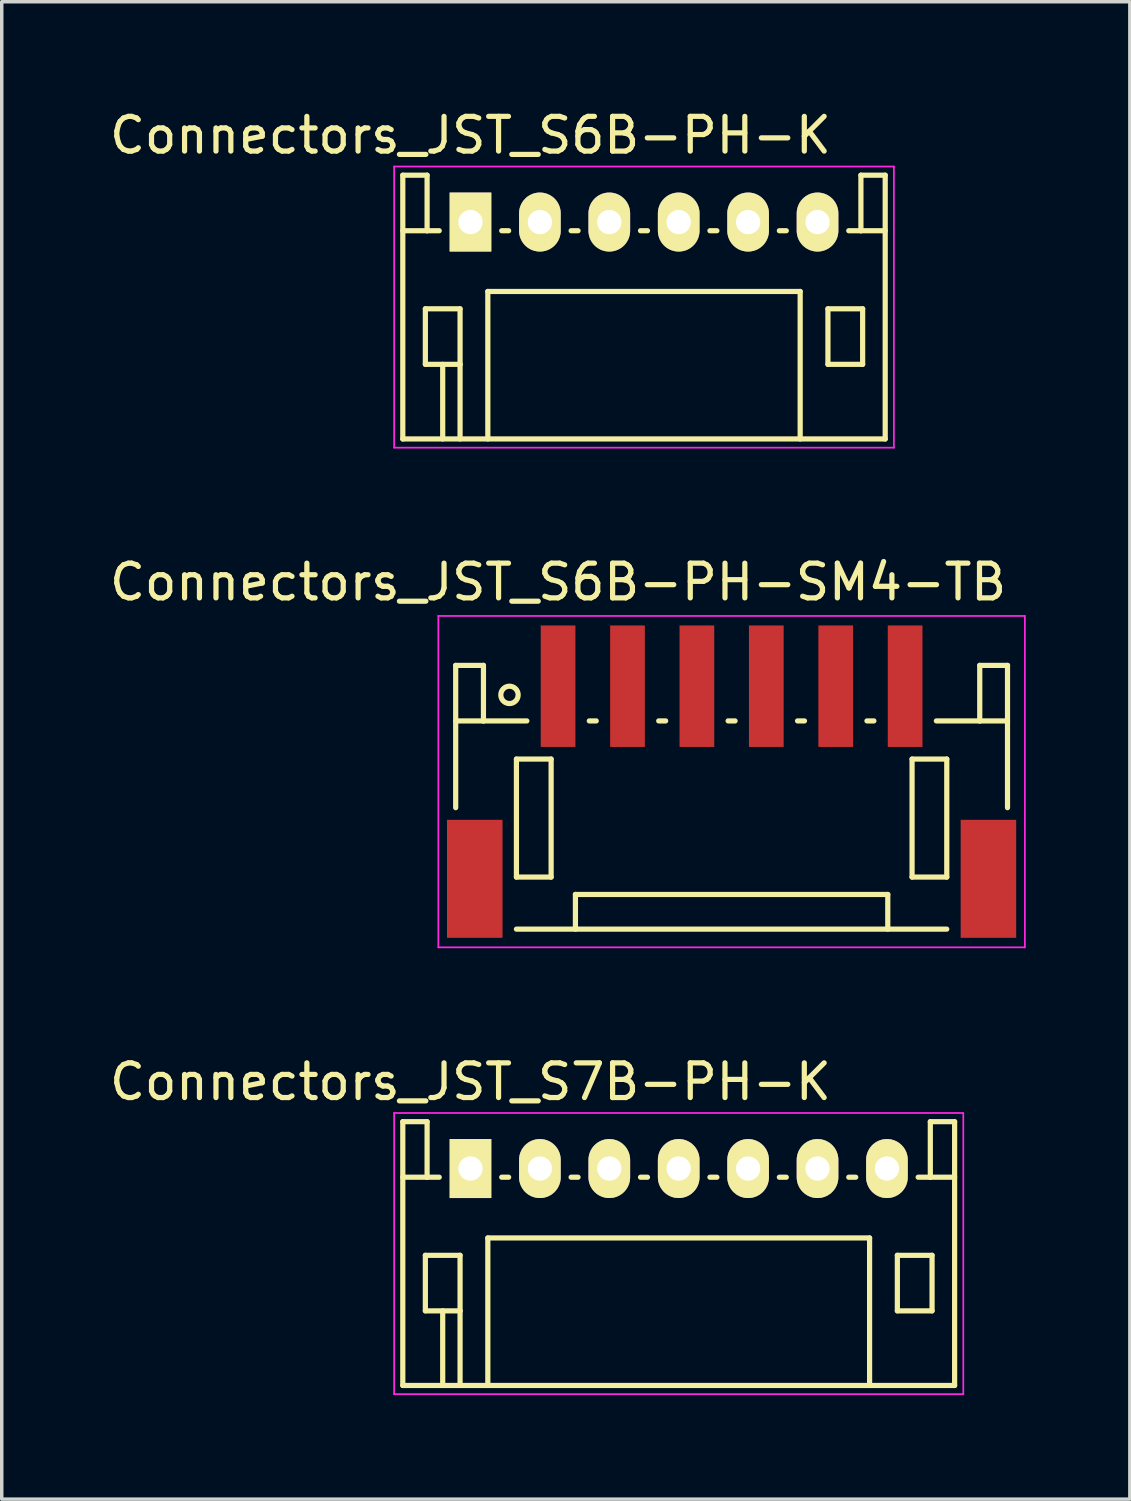
<source format=kicad_pcb>
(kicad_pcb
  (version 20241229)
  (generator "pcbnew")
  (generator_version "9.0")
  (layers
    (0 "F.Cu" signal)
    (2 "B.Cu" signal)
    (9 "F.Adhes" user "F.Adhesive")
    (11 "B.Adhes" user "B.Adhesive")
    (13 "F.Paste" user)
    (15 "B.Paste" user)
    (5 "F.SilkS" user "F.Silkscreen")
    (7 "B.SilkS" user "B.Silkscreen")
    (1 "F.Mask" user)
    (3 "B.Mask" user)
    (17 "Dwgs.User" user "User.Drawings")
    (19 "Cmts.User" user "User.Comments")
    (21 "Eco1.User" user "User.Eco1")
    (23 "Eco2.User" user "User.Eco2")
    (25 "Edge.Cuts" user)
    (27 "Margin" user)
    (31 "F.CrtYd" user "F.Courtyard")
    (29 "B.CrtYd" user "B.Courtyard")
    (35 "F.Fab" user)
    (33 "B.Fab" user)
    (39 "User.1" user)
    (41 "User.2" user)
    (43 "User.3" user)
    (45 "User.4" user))
  (footprint "Connectors_JST_S7B-PH-K"
    (layer "F.Cu")
    (at 10.506 30.62)
    (property "Reference" "Connectors_JST_S7B-PH-K" (at 0 -2.5 0) (layer "F.SilkS") (effects (font (size 1 1) (thickness 0.15))))
    (attr through_hole)
    (fp_line (start -1.95 -1.35) (end -1.95 6.25) (stroke (width 0.15) (type solid)) (layer "F.SilkS"))
    (fp_line (start -1.95 0.25) (end -1.25 0.25) (stroke (width 0.15) (type solid)) (layer "F.SilkS"))
    (fp_line (start -1.95 6.25) (end 13.95 6.25) (stroke (width 0.15) (type solid)) (layer "F.SilkS"))
    (fp_line (start -1.3 2.5) (end -1.3 4.1) (stroke (width 0.15) (type solid)) (layer "F.SilkS"))
    (fp_line (start -1.3 4.1) (end -0.3 4.1) (stroke (width 0.15) (type solid)) (layer "F.SilkS"))
    (fp_line (start -1.25 -1.35) (end -1.95 -1.35) (stroke (width 0.15) (type solid)) (layer "F.SilkS"))
    (fp_line (start -1.25 0.25) (end -1.25 -1.35) (stroke (width 0.15) (type solid)) (layer "F.SilkS"))
    (fp_line (start -0.9 0.25) (end -1.25 0.25) (stroke (width 0.15) (type solid)) (layer "F.SilkS"))
    (fp_line (start -0.8 4.1) (end -0.8 6.25) (stroke (width 0.15) (type solid)) (layer "F.SilkS"))
    (fp_line (start -0.3 2.5) (end -1.3 2.5) (stroke (width 0.15) (type solid)) (layer "F.SilkS"))
    (fp_line (start -0.3 4.1) (end -0.3 2.5) (stroke (width 0.15) (type solid)) (layer "F.SilkS"))
    (fp_line (start -0.3 4.1) (end -0.3 6.25) (stroke (width 0.15) (type solid)) (layer "F.SilkS"))
    (fp_line (start 0.5 2) (end 11.5 2) (stroke (width 0.15) (type solid)) (layer "F.SilkS"))
    (fp_line (start 0.5 6.25) (end 0.5 2) (stroke (width 0.15) (type solid)) (layer "F.SilkS"))
    (fp_line (start 0.9 0.25) (end 1.1 0.25) (stroke (width 0.15) (type solid)) (layer "F.SilkS"))
    (fp_line (start 2.9 0.25) (end 3.1 0.25) (stroke (width 0.15) (type solid)) (layer "F.SilkS"))
    (fp_line (start 4.9 0.25) (end 5.1 0.25) (stroke (width 0.15) (type solid)) (layer "F.SilkS"))
    (fp_line (start 6.9 0.25) (end 7.1 0.25) (stroke (width 0.15) (type solid)) (layer "F.SilkS"))
    (fp_line (start 8.9 0.25) (end 9.1 0.25) (stroke (width 0.15) (type solid)) (layer "F.SilkS"))
    (fp_line (start 10.9 0.25) (end 11.1 0.25) (stroke (width 0.15) (type solid)) (layer "F.SilkS"))
    (fp_line (start 11.5 2) (end 11.5 6.25) (stroke (width 0.15) (type solid)) (layer "F.SilkS"))
    (fp_line (start 12.3 2.5) (end 13.3 2.5) (stroke (width 0.15) (type solid)) (layer "F.SilkS"))
    (fp_line (start 12.3 4.1) (end 12.3 2.5) (stroke (width 0.15) (type solid)) (layer "F.SilkS"))
    (fp_line (start 13.25 -1.35) (end 13.25 0.25) (stroke (width 0.15) (type solid)) (layer "F.SilkS"))
    (fp_line (start 13.25 0.25) (end 12.9 0.25) (stroke (width 0.15) (type solid)) (layer "F.SilkS"))
    (fp_line (start 13.3 2.5) (end 13.3 4.1) (stroke (width 0.15) (type solid)) (layer "F.SilkS"))
    (fp_line (start 13.3 4.1) (end 12.3 4.1) (stroke (width 0.15) (type solid)) (layer "F.SilkS"))
    (fp_line (start 13.95 -1.35) (end 13.25 -1.35) (stroke (width 0.15) (type solid)) (layer "F.SilkS"))
    (fp_line (start 13.95 0.25) (end 13.25 0.25) (stroke (width 0.15) (type solid)) (layer "F.SilkS"))
    (fp_line (start 13.95 6.25) (end 13.95 -1.35) (stroke (width 0.15) (type solid)) (layer "F.SilkS"))
    (fp_line (start -2.2 -1.6) (end 14.2 -1.6) (stroke (width 0.05) (type solid)) (layer "F.CrtYd"))
    (fp_line (start -2.2 6.5) (end -2.2 -1.6) (stroke (width 0.05) (type solid)) (layer "F.CrtYd"))
    (fp_line (start 14.2 -1.6) (end 14.2 6.5) (stroke (width 0.05) (type solid)) (layer "F.CrtYd"))
    (fp_line (start 14.2 6.5) (end -2.2 6.5) (stroke (width 0.05) (type solid)) (layer "F.CrtYd"))
    (pad "1" thru_hole rect (at 0 0) (size 1.2 1.7) (drill 0.7) (layers "*.Cu" "*.Mask" "F.SilkS"))
    (pad "2" thru_hole oval (at 2 0) (size 1.2 1.7) (drill 0.7) (layers "*.Cu" "*.Mask" "F.SilkS"))
    (pad "3" thru_hole oval (at 4 0) (size 1.2 1.7) (drill 0.7) (layers "*.Cu" "*.Mask" "F.SilkS"))
    (pad "4" thru_hole oval (at 6 0) (size 1.2 1.7) (drill 0.7) (layers "*.Cu" "*.Mask" "F.SilkS"))
    (pad "5" thru_hole oval (at 8 0) (size 1.2 1.7) (drill 0.7) (layers "*.Cu" "*.Mask" "F.SilkS"))
    (pad "6" thru_hole oval (at 10 0) (size 1.2 1.7) (drill 0.7) (layers "*.Cu" "*.Mask" "F.SilkS"))
    (pad "7" thru_hole oval (at 12 0) (size 1.2 1.7) (drill 0.7) (layers "*.Cu" "*.Mask" "F.SilkS")))
  (footprint "Connectors_JST_S6B-PH-K"
    (layer "F.Cu")
    (at 10.506 3.348)
    (property "Reference" "Connectors_JST_S6B-PH-K" (at 0 -2.5 0) (layer "F.SilkS") (effects (font (size 1 1) (thickness 0.15))))
    (attr through_hole)
    (fp_line (start -1.95 -1.35) (end -1.95 6.25) (stroke (width 0.15) (type solid)) (layer "F.SilkS"))
    (fp_line (start -1.95 0.25) (end -1.25 0.25) (stroke (width 0.15) (type solid)) (layer "F.SilkS"))
    (fp_line (start -1.95 6.25) (end 11.95 6.25) (stroke (width 0.15) (type solid)) (layer "F.SilkS"))
    (fp_line (start -1.3 2.5) (end -1.3 4.1) (stroke (width 0.15) (type solid)) (layer "F.SilkS"))
    (fp_line (start -1.3 4.1) (end -0.3 4.1) (stroke (width 0.15) (type solid)) (layer "F.SilkS"))
    (fp_line (start -1.25 -1.35) (end -1.95 -1.35) (stroke (width 0.15) (type solid)) (layer "F.SilkS"))
    (fp_line (start -1.25 0.25) (end -1.25 -1.35) (stroke (width 0.15) (type solid)) (layer "F.SilkS"))
    (fp_line (start -0.9 0.25) (end -1.25 0.25) (stroke (width 0.15) (type solid)) (layer "F.SilkS"))
    (fp_line (start -0.8 4.1) (end -0.8 6.25) (stroke (width 0.15) (type solid)) (layer "F.SilkS"))
    (fp_line (start -0.3 2.5) (end -1.3 2.5) (stroke (width 0.15) (type solid)) (layer "F.SilkS"))
    (fp_line (start -0.3 4.1) (end -0.3 2.5) (stroke (width 0.15) (type solid)) (layer "F.SilkS"))
    (fp_line (start -0.3 4.1) (end -0.3 6.25) (stroke (width 0.15) (type solid)) (layer "F.SilkS"))
    (fp_line (start 0.5 2) (end 9.5 2) (stroke (width 0.15) (type solid)) (layer "F.SilkS"))
    (fp_line (start 0.5 6.25) (end 0.5 2) (stroke (width 0.15) (type solid)) (layer "F.SilkS"))
    (fp_line (start 0.9 0.25) (end 1.1 0.25) (stroke (width 0.15) (type solid)) (layer "F.SilkS"))
    (fp_line (start 2.9 0.25) (end 3.1 0.25) (stroke (width 0.15) (type solid)) (layer "F.SilkS"))
    (fp_line (start 4.9 0.25) (end 5.1 0.25) (stroke (width 0.15) (type solid)) (layer "F.SilkS"))
    (fp_line (start 6.9 0.25) (end 7.1 0.25) (stroke (width 0.15) (type solid)) (layer "F.SilkS"))
    (fp_line (start 8.9 0.25) (end 9.1 0.25) (stroke (width 0.15) (type solid)) (layer "F.SilkS"))
    (fp_line (start 9.5 2) (end 9.5 6.25) (stroke (width 0.15) (type solid)) (layer "F.SilkS"))
    (fp_line (start 10.3 2.5) (end 11.3 2.5) (stroke (width 0.15) (type solid)) (layer "F.SilkS"))
    (fp_line (start 10.3 4.1) (end 10.3 2.5) (stroke (width 0.15) (type solid)) (layer "F.SilkS"))
    (fp_line (start 11.25 -1.35) (end 11.25 0.25) (stroke (width 0.15) (type solid)) (layer "F.SilkS"))
    (fp_line (start 11.25 0.25) (end 10.9 0.25) (stroke (width 0.15) (type solid)) (layer "F.SilkS"))
    (fp_line (start 11.3 2.5) (end 11.3 4.1) (stroke (width 0.15) (type solid)) (layer "F.SilkS"))
    (fp_line (start 11.3 4.1) (end 10.3 4.1) (stroke (width 0.15) (type solid)) (layer "F.SilkS"))
    (fp_line (start 11.95 -1.35) (end 11.25 -1.35) (stroke (width 0.15) (type solid)) (layer "F.SilkS"))
    (fp_line (start 11.95 0.25) (end 11.25 0.25) (stroke (width 0.15) (type solid)) (layer "F.SilkS"))
    (fp_line (start 11.95 6.25) (end 11.95 -1.35) (stroke (width 0.15) (type solid)) (layer "F.SilkS"))
    (fp_line (start -2.2 -1.6) (end 12.2 -1.6) (stroke (width 0.05) (type solid)) (layer "F.CrtYd"))
    (fp_line (start -2.2 6.5) (end -2.2 -1.6) (stroke (width 0.05) (type solid)) (layer "F.CrtYd"))
    (fp_line (start 12.2 -1.6) (end 12.2 6.5) (stroke (width 0.05) (type solid)) (layer "F.CrtYd"))
    (fp_line (start 12.2 6.5) (end -2.2 6.5) (stroke (width 0.05) (type solid)) (layer "F.CrtYd"))
    (pad "1" thru_hole rect (at 0 0) (size 1.2 1.7) (drill 0.7) (layers "*.Cu" "*.Mask" "F.SilkS"))
    (pad "2" thru_hole oval (at 2 0) (size 1.2 1.7) (drill 0.7) (layers "*.Cu" "*.Mask" "F.SilkS"))
    (pad "3" thru_hole oval (at 4 0) (size 1.2 1.7) (drill 0.7) (layers "*.Cu" "*.Mask" "F.SilkS"))
    (pad "4" thru_hole oval (at 6 0) (size 1.2 1.7) (drill 0.7) (layers "*.Cu" "*.Mask" "F.SilkS"))
    (pad "5" thru_hole oval (at 8 0) (size 1.2 1.7) (drill 0.7) (layers "*.Cu" "*.Mask" "F.SilkS"))
    (pad "6" thru_hole oval (at 10 0) (size 1.2 1.7) (drill 0.7) (layers "*.Cu" "*.Mask" "F.SilkS")))
  (footprint "Connectors_JST_S6B-PH-SM4-TB"
    (layer "F.Cu")
    (at 18.03 19.497)
    (property "Reference" "Connectors_JST_S6B-PH-SM4-TB" (at -5 -5.775 0) (layer "F.SilkS") (effects (font (size 1 1) (thickness 0.15))))
    (attr smd)
    (fp_line (start -7.95 -3.375) (end -7.95 0.725) (stroke (width 0.15) (type solid)) (layer "F.SilkS"))
    (fp_line (start -7.15 -3.375) (end -7.95 -3.375) (stroke (width 0.15) (type solid)) (layer "F.SilkS"))
    (fp_line (start -7.15 -1.775) (end -7.95 -1.775) (stroke (width 0.15) (type solid)) (layer "F.SilkS"))
    (fp_line (start -7.15 -1.775) (end -7.15 -3.375) (stroke (width 0.15) (type solid)) (layer "F.SilkS"))
    (fp_line (start -6.2 -0.675) (end -6.2 2.725) (stroke (width 0.15) (type solid)) (layer "F.SilkS"))
    (fp_line (start -6.2 2.725) (end -5.2 2.725) (stroke (width 0.15) (type solid)) (layer "F.SilkS"))
    (fp_line (start -6.2 4.225) (end 6.2 4.225) (stroke (width 0.15) (type solid)) (layer "F.SilkS"))
    (fp_line (start -5.9 -1.775) (end -7.15 -1.775) (stroke (width 0.15) (type solid)) (layer "F.SilkS"))
    (fp_line (start -5.2 -0.675) (end -6.2 -0.675) (stroke (width 0.15) (type solid)) (layer "F.SilkS"))
    (fp_line (start -5.2 2.725) (end -5.2 -0.675) (stroke (width 0.15) (type solid)) (layer "F.SilkS"))
    (fp_line (start -4.5 3.225) (end 4.5 3.225) (stroke (width 0.15) (type solid)) (layer "F.SilkS"))
    (fp_line (start -4.5 4.225) (end -4.5 3.225) (stroke (width 0.15) (type solid)) (layer "F.SilkS"))
    (fp_line (start -4.1 -1.775) (end -3.9 -1.775) (stroke (width 0.15) (type solid)) (layer "F.SilkS"))
    (fp_line (start -2.1 -1.775) (end -1.9 -1.775) (stroke (width 0.15) (type solid)) (layer "F.SilkS"))
    (fp_line (start -0.1 -1.775) (end 0.1 -1.775) (stroke (width 0.15) (type solid)) (layer "F.SilkS"))
    (fp_line (start 1.9 -1.775) (end 2.1 -1.775) (stroke (width 0.15) (type solid)) (layer "F.SilkS"))
    (fp_line (start 3.9 -1.775) (end 4.1 -1.775) (stroke (width 0.15) (type solid)) (layer "F.SilkS"))
    (fp_line (start 4.5 3.225) (end 4.5 4.225) (stroke (width 0.15) (type solid)) (layer "F.SilkS"))
    (fp_line (start 5.2 -0.675) (end 6.2 -0.675) (stroke (width 0.15) (type solid)) (layer "F.SilkS"))
    (fp_line (start 5.2 2.725) (end 5.2 -0.675) (stroke (width 0.15) (type solid)) (layer "F.SilkS"))
    (fp_line (start 5.9 -1.775) (end 7.15 -1.775) (stroke (width 0.15) (type solid)) (layer "F.SilkS"))
    (fp_line (start 6.2 -0.675) (end 6.2 2.725) (stroke (width 0.15) (type solid)) (layer "F.SilkS"))
    (fp_line (start 6.2 2.725) (end 5.2 2.725) (stroke (width 0.15) (type solid)) (layer "F.SilkS"))
    (fp_line (start 7.15 -3.375) (end 7.95 -3.375) (stroke (width 0.15) (type solid)) (layer "F.SilkS"))
    (fp_line (start 7.15 -1.775) (end 7.15 -3.375) (stroke (width 0.15) (type solid)) (layer "F.SilkS"))
    (fp_line (start 7.15 -1.775) (end 7.95 -1.775) (stroke (width 0.15) (type solid)) (layer "F.SilkS"))
    (fp_line (start 7.95 -3.375) (end 7.95 0.725) (stroke (width 0.15) (type solid)) (layer "F.SilkS"))
    (fp_circle (center -6.4 -2.525) (end -6.15 -2.525) (stroke (width 0.15) (type solid)) (fill no) (layer "F.SilkS"))
    (fp_line (start -8.45 -4.8) (end 8.45 -4.8) (stroke (width 0.05) (type solid)) (layer "F.CrtYd"))
    (fp_line (start -8.45 4.75) (end -8.45 -4.8) (stroke (width 0.05) (type solid)) (layer "F.CrtYd"))
    (fp_line (start 8.45 -4.8) (end 8.45 4.75) (stroke (width 0.05) (type solid)) (layer "F.CrtYd"))
    (fp_line (start 8.45 4.75) (end -8.45 4.75) (stroke (width 0.05) (type solid)) (layer "F.CrtYd"))
    (pad "" smd rect (at -7.4 2.775) (size 1.6 3.4) (layers "F.Cu" "F.Mask" "F.Paste"))
    (pad "" smd rect (at 7.4 2.775) (size 1.6 3.4) (layers "F.Cu" "F.Mask" "F.Paste"))
    (pad "1" smd rect (at -5 -2.775) (size 1 3.5) (layers "F.Cu" "F.Mask" "F.Paste"))
    (pad "2" smd rect (at -3 -2.775) (size 1 3.5) (layers "F.Cu" "F.Mask" "F.Paste"))
    (pad "3" smd rect (at -1 -2.775) (size 1 3.5) (layers "F.Cu" "F.Mask" "F.Paste"))
    (pad "4" smd rect (at 1 -2.775) (size 1 3.5) (layers "F.Cu" "F.Mask" "F.Paste"))
    (pad "5" smd rect (at 3 -2.775) (size 1 3.5) (layers "F.Cu" "F.Mask" "F.Paste"))
    (pad "6" smd rect (at 5 -2.775) (size 1 3.5) (layers "F.Cu" "F.Mask" "F.Paste")))
  (gr_rect
    (start -3 -3)
    (end 29.505 40.145)
    (stroke (width 0.1) (type default))
    (fill no)
    (layer "Edge.Cuts")))
</source>
